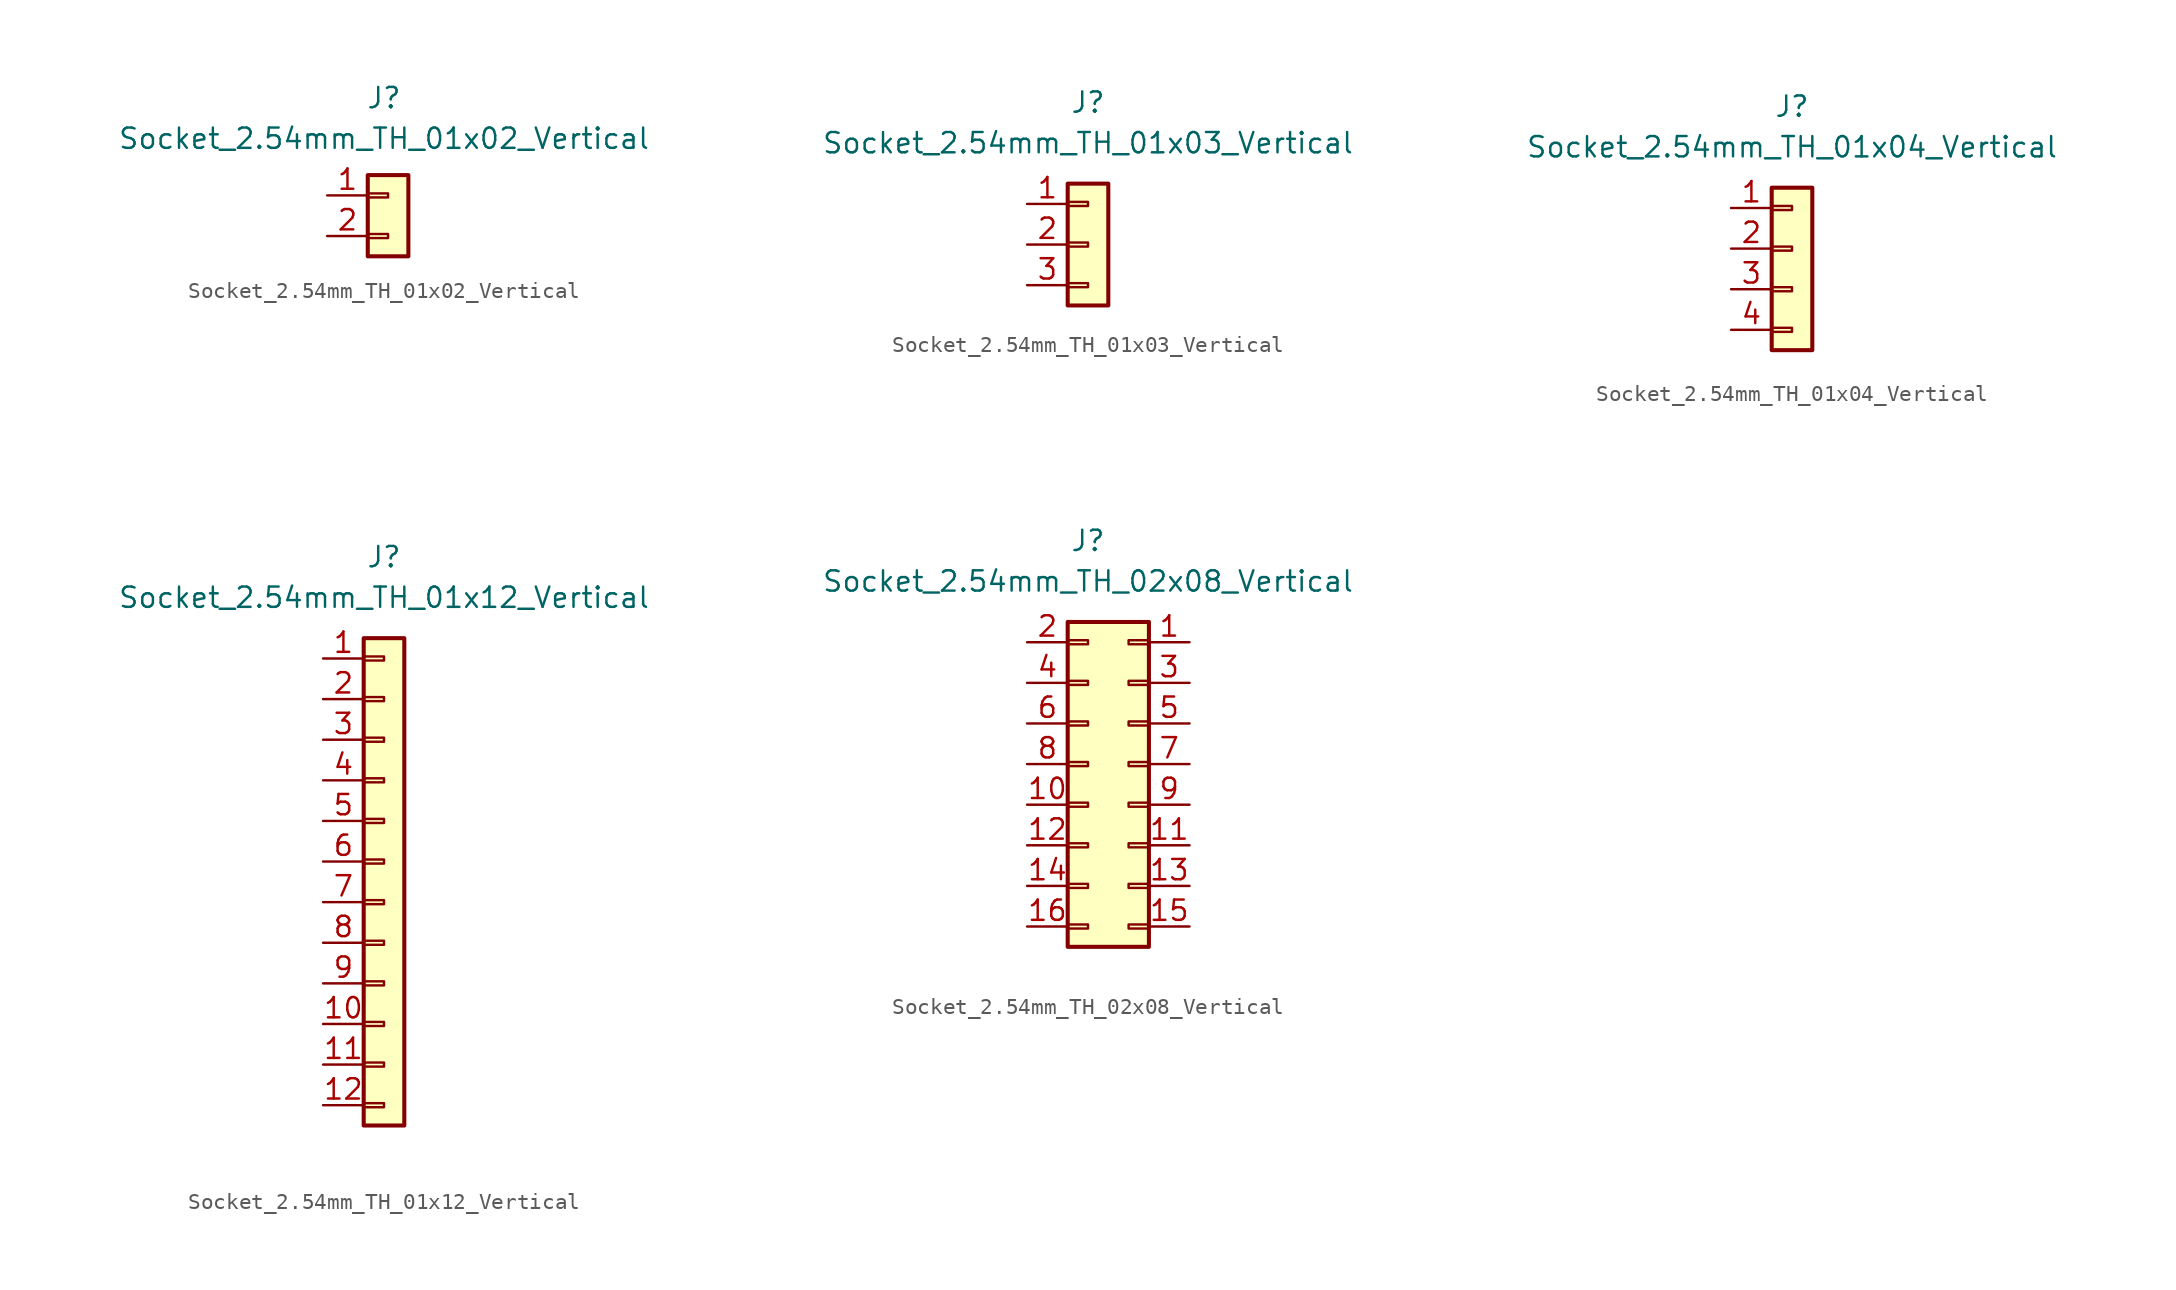
<source format=kicad_sym>
(kicad_symbol_lib
  (version 20241209)
  (generator "kicad_symbol_editor")
  (generator_version "9.0")
  (symbol "Socket_2.54mm_TH_01x02_Vertical"
    (pin_names
      (offset 1.27)
      (hide yes))
    (property "Reference" "J"
      (at -0.254 7.366 0)
      (effects (font (size 1.27 1.27))))
    (property "Value" "Socket_2.54mm_TH_01x02_Vertical"
      (at -0.254 4.826 0)
      (effects (font (size 1.27 1.27))))
    (symbol "Socket_2.54mm_TH_01x02_Vertical_1_1"
      (rectangle (start -1.27 2.54) (end 1.27 -2.54) (stroke (width 0.254) (type default)) (fill (type background)))
      (rectangle (start -1.27 1.397) (end 0 1.143) (stroke (width 0.152) (type default)) (fill (type none)))
      (rectangle (start -1.27 -1.143) (end 0 -1.397) (stroke (width 0.152) (type default)) (fill (type none)))
      (pin passive line (at -3.81 1.27 0) (length 2.54) (name "Pin_1" (effects (font (size 1.27 1.27)))) (number "1" (effects (font (size 1.27 1.27)))))
      (pin passive line (at -3.81 -1.27 0) (length 2.54) (name "Pin_2" (effects (font (size 1.27 1.27)))) (number "2" (effects (font (size 1.27 1.27)))))))
  (symbol "Socket_2.54mm_TH_01x03_Vertical"
    (pin_names
      (offset 1.27)
      (hide yes))
    (property "Reference" "J"
      (at 0 8.89 0)
      (effects (font (size 1.27 1.27))))
    (property "Value" "Socket_2.54mm_TH_01x03_Vertical"
      (at 0 6.35 0)
      (effects (font (size 1.27 1.27))))
    (symbol "Socket_2.54mm_TH_01x03_Vertical_1_1"
      (rectangle (start -1.27 3.81) (end 1.27 -3.81) (stroke (width 0.254) (type default)) (fill (type background)))
      (rectangle (start -1.27 2.667) (end 0 2.413) (stroke (width 0.152) (type default)) (fill (type none)))
      (rectangle (start -1.27 0.127) (end 0 -0.127) (stroke (width 0.152) (type default)) (fill (type none)))
      (rectangle (start -1.27 -2.413) (end 0 -2.667) (stroke (width 0.152) (type default)) (fill (type none)))
      (pin passive line (at -3.81 2.54 0) (length 2.54) (name "Pin_1" (effects (font (size 1.27 1.27)))) (number "1" (effects (font (size 1.27 1.27)))))
      (pin passive line (at -3.81 0 0) (length 2.54) (name "Pin_2" (effects (font (size 1.27 1.27)))) (number "2" (effects (font (size 1.27 1.27)))))
      (pin passive line (at -3.81 -2.54 0) (length 2.54) (name "Pin_3" (effects (font (size 1.27 1.27)))) (number "3" (effects (font (size 1.27 1.27)))))))
  (symbol "Socket_2.54mm_TH_01x04_Vertical"
    (pin_names
      (offset 1.27)
      (hide yes))
    (property "Reference" "J"
      (at 0 10.16 0)
      (effects (font (size 1.27 1.27))))
    (property "Value" "Socket_2.54mm_TH_01x04_Vertical"
      (at 0 7.62 0)
      (effects (font (size 1.27 1.27))))
    (symbol "Socket_2.54mm_TH_01x04_Vertical_1_1"
      (rectangle (start -1.27 5.08) (end 1.27 -5.08) (stroke (width 0.254) (type default)) (fill (type background)))
      (rectangle (start -1.27 3.937) (end 0 3.683) (stroke (width 0.152) (type default)) (fill (type none)))
      (rectangle (start -1.27 1.397) (end 0 1.143) (stroke (width 0.152) (type default)) (fill (type none)))
      (rectangle (start -1.27 -1.143) (end 0 -1.397) (stroke (width 0.152) (type default)) (fill (type none)))
      (rectangle (start -1.27 -3.683) (end 0 -3.937) (stroke (width 0.152) (type default)) (fill (type none)))
      (pin passive line (at -3.81 3.81 0) (length 2.54) (name "Pin_1" (effects (font (size 1.27 1.27)))) (number "1" (effects (font (size 1.27 1.27)))))
      (pin passive line (at -3.81 1.27 0) (length 2.54) (name "Pin_2" (effects (font (size 1.27 1.27)))) (number "2" (effects (font (size 1.27 1.27)))))
      (pin passive line (at -3.81 -1.27 0) (length 2.54) (name "Pin_3" (effects (font (size 1.27 1.27)))) (number "3" (effects (font (size 1.27 1.27)))))
      (pin passive line (at -3.81 -3.81 0) (length 2.54) (name "Pin_4" (effects (font (size 1.27 1.27)))) (number "4" (effects (font (size 1.27 1.27)))))))
  (symbol "Socket_2.54mm_TH_01x12_Vertical"
    (pin_names
      (offset 1.27)
      (hide yes))
    (property "Reference" "J"
      (at 0 20.32 0)
      (effects (font (size 1.27 1.27))))
    (property "Value" "Socket_2.54mm_TH_01x12_Vertical"
      (at 0 17.78 0)
      (effects (font (size 1.27 1.27))))
    (symbol "Socket_2.54mm_TH_01x12_Vertical_0_0"
      (pin passive line (at -3.81 6.35 0) (length 2.54) (name "Pin_4" (effects (font (size 1.27 1.27)))) (number "4" (effects (font (size 1.27 1.27)))))
      (pin passive line (at -3.81 3.81 0) (length 2.54) (name "Pin_5" (effects (font (size 1.27 1.27)))) (number "5" (effects (font (size 1.27 1.27)))))
      (pin passive line (at -3.81 1.27 0) (length 2.54) (name "Pin_6" (effects (font (size 1.27 1.27)))) (number "6" (effects (font (size 1.27 1.27)))))
      (pin passive line (at -3.81 -1.27 0) (length 2.54) (name "Pin_7" (effects (font (size 1.27 1.27)))) (number "7" (effects (font (size 1.27 1.27)))))
      (pin passive line (at -3.81 -3.81 0) (length 2.54) (name "Pin_8" (effects (font (size 1.27 1.27)))) (number "8" (effects (font (size 1.27 1.27)))))
      (pin passive line (at -3.81 -6.35 0) (length 2.54) (name "Pin_9" (effects (font (size 1.27 1.27)))) (number "9" (effects (font (size 1.27 1.27)))))
      (pin passive line (at -3.81 -8.89 0) (length 2.54) (name "Pin_10" (effects (font (size 1.27 1.27)))) (number "10" (effects (font (size 1.27 1.27)))))
      (pin passive line (at -3.81 -11.43 0) (length 2.54) (name "Pin_11" (effects (font (size 1.27 1.27)))) (number "11" (effects (font (size 1.27 1.27)))))
      (pin passive line (at -3.81 -13.97 0) (length 2.54) (name "Pin_12" (effects (font (size 1.27 1.27)))) (number "12" (effects (font (size 1.27 1.27))))))
    (symbol "Socket_2.54mm_TH_01x12_Vertical_1_1"
      (rectangle (start -1.27 15.24) (end 1.27 -15.24) (stroke (width 0.254) (type default)) (fill (type background)))
      (rectangle (start -1.27 14.097) (end 0 13.843) (stroke (width 0.152) (type default)) (fill (type none)))
      (rectangle (start -1.27 11.557) (end 0 11.303) (stroke (width 0.152) (type default)) (fill (type none)))
      (rectangle (start -1.27 9.017) (end 0 8.763) (stroke (width 0.152) (type default)) (fill (type none)))
      (rectangle (start -1.27 6.477) (end 0 6.223) (stroke (width 0.152) (type default)) (fill (type none)))
      (rectangle (start -1.27 3.937) (end 0 3.683) (stroke (width 0.152) (type default)) (fill (type none)))
      (rectangle (start -1.27 1.397) (end 0 1.143) (stroke (width 0.152) (type default)) (fill (type none)))
      (rectangle (start -1.27 -1.143) (end 0 -1.397) (stroke (width 0.152) (type default)) (fill (type none)))
      (rectangle (start -1.27 -3.683) (end 0 -3.937) (stroke (width 0.152) (type default)) (fill (type none)))
      (rectangle (start -1.27 -6.223) (end 0 -6.477) (stroke (width 0.152) (type default)) (fill (type none)))
      (rectangle (start -1.27 -8.763) (end 0 -9.017) (stroke (width 0.152) (type default)) (fill (type none)))
      (rectangle (start -1.27 -11.303) (end 0 -11.557) (stroke (width 0.152) (type default)) (fill (type none)))
      (rectangle (start -1.27 -13.843) (end 0 -14.097) (stroke (width 0.152) (type default)) (fill (type none)))
      (pin passive line (at -3.81 13.97 0) (length 2.54) (name "Pin_1" (effects (font (size 1.27 1.27)))) (number "1" (effects (font (size 1.27 1.27)))))
      (pin passive line (at -3.81 11.43 0) (length 2.54) (name "Pin_2" (effects (font (size 1.27 1.27)))) (number "2" (effects (font (size 1.27 1.27)))))
      (pin passive line (at -3.81 8.89 0) (length 2.54) (name "Pin_3" (effects (font (size 1.27 1.27)))) (number "3" (effects (font (size 1.27 1.27)))))))
  (symbol "Socket_2.54mm_TH_02x08_Vertical"
    (pin_names
      (offset 1.27)
      (hide yes))
    (property "Reference" "J"
      (at -1.27 15.24 0)
      (effects (font (size 1.27 1.27))))
    (property "Value" "Socket_2.54mm_TH_02x08_Vertical"
      (at -1.27 12.7 0)
      (effects (font (size 1.27 1.27))))
    (symbol "Socket_2.54mm_TH_02x08_Vertical_0_0"
      (pin passive line (at -5.08 6.35 0) (length 2.54) (name "Pin_4" (effects (font (size 1.27 1.27)))) (number "4" (effects (font (size 1.27 1.27)))))
      (pin passive line (at -5.08 3.81 0) (length 2.54) (name "Pin_6" (effects (font (size 1.27 1.27)))) (number "6" (effects (font (size 1.27 1.27)))))
      (pin passive line (at -5.08 1.27 0) (length 2.54) (name "Pin_8" (effects (font (size 1.27 1.27)))) (number "8" (effects (font (size 1.27 1.27)))))
      (pin passive line (at -5.08 -1.27 0) (length 2.54) (name "Pin_10" (effects (font (size 1.27 1.27)))) (number "10" (effects (font (size 1.27 1.27)))))
      (pin passive line (at -5.08 -3.81 0) (length 2.54) (name "Pin_12" (effects (font (size 1.27 1.27)))) (number "12" (effects (font (size 1.27 1.27)))))
      (pin passive line (at -5.08 -6.35 0) (length 2.54) (name "Pin_14" (effects (font (size 1.27 1.27)))) (number "14" (effects (font (size 1.27 1.27)))))
      (pin passive line (at -5.08 -8.89 0) (length 2.54) (name "Pin_16" (effects (font (size 1.27 1.27)))) (number "16" (effects (font (size 1.27 1.27)))))
      (pin passive line (at 5.08 3.81 180) (length 2.54) (name "Pin_5" (effects (font (size 1.27 1.27)))) (number "5" (effects (font (size 1.27 1.27)))))
      (pin passive line (at 5.08 1.27 180) (length 2.54) (name "Pin_7" (effects (font (size 1.27 1.27)))) (number "7" (effects (font (size 1.27 1.27)))))
      (pin passive line (at 5.08 -1.27 180) (length 2.54) (name "Pin_9" (effects (font (size 1.27 1.27)))) (number "9" (effects (font (size 1.27 1.27)))))
      (pin passive line (at 5.08 -3.81 180) (length 2.54) (name "Pin_11" (effects (font (size 1.27 1.27)))) (number "11" (effects (font (size 1.27 1.27)))))
      (pin passive line (at 5.08 -6.35 180) (length 2.54) (name "Pin_13" (effects (font (size 1.27 1.27)))) (number "13" (effects (font (size 1.27 1.27)))))
      (pin passive line (at 5.08 -8.89 180) (length 2.54) (name "Pin_15" (effects (font (size 1.27 1.27)))) (number "15" (effects (font (size 1.27 1.27))))))
    (symbol "Socket_2.54mm_TH_02x08_Vertical_1_1"
      (rectangle (start -2.54 10.16) (end 2.54 -10.16) (stroke (width 0.254) (type default)) (fill (type background)))
      (rectangle (start -2.54 9.017) (end -1.27 8.763) (stroke (width 0.152) (type default)) (fill (type none)))
      (rectangle (start -2.54 6.477) (end -1.27 6.223) (stroke (width 0.152) (type default)) (fill (type none)))
      (rectangle (start -2.54 3.937) (end -1.27 3.683) (stroke (width 0.152) (type default)) (fill (type none)))
      (rectangle (start -2.54 1.397) (end -1.27 1.143) (stroke (width 0.152) (type default)) (fill (type none)))
      (rectangle (start -2.54 -1.143) (end -1.27 -1.397) (stroke (width 0.152) (type default)) (fill (type none)))
      (rectangle (start -2.54 -3.683) (end -1.27 -3.937) (stroke (width 0.152) (type default)) (fill (type none)))
      (rectangle (start -2.54 -6.223) (end -1.27 -6.477) (stroke (width 0.152) (type default)) (fill (type none)))
      (rectangle (start -2.54 -8.763) (end -1.27 -9.017) (stroke (width 0.152) (type default)) (fill (type none)))
      (rectangle (start 1.27 9.017) (end 2.54 8.763) (stroke (width 0.152) (type default)) (fill (type none)))
      (rectangle (start 1.27 6.477) (end 2.54 6.223) (stroke (width 0.152) (type default)) (fill (type none)))
      (rectangle (start 1.27 3.937) (end 2.54 3.683) (stroke (width 0.152) (type default)) (fill (type none)))
      (rectangle (start 1.27 1.397) (end 2.54 1.143) (stroke (width 0.152) (type default)) (fill (type none)))
      (rectangle (start 1.27 -1.143) (end 2.54 -1.397) (stroke (width 0.152) (type default)) (fill (type none)))
      (rectangle (start 1.27 -3.683) (end 2.54 -3.937) (stroke (width 0.152) (type default)) (fill (type none)))
      (rectangle (start 1.27 -6.223) (end 2.54 -6.477) (stroke (width 0.152) (type default)) (fill (type none)))
      (rectangle (start 1.27 -8.763) (end 2.54 -9.017) (stroke (width 0.152) (type default)) (fill (type none)))
      (pin passive line (at -5.08 8.89 0) (length 2.54) (name "Pin_2" (effects (font (size 1.27 1.27)))) (number "2" (effects (font (size 1.27 1.27)))))
      (pin passive line (at 5.08 8.89 180) (length 2.54) (name "Pin_1" (effects (font (size 1.27 1.27)))) (number "1" (effects (font (size 1.27 1.27)))))
      (pin passive line (at 5.08 6.35 180) (length 2.54) (name "Pin_3" (effects (font (size 1.27 1.27)))) (number "3" (effects (font (size 1.27 1.27))))))))
</source>
